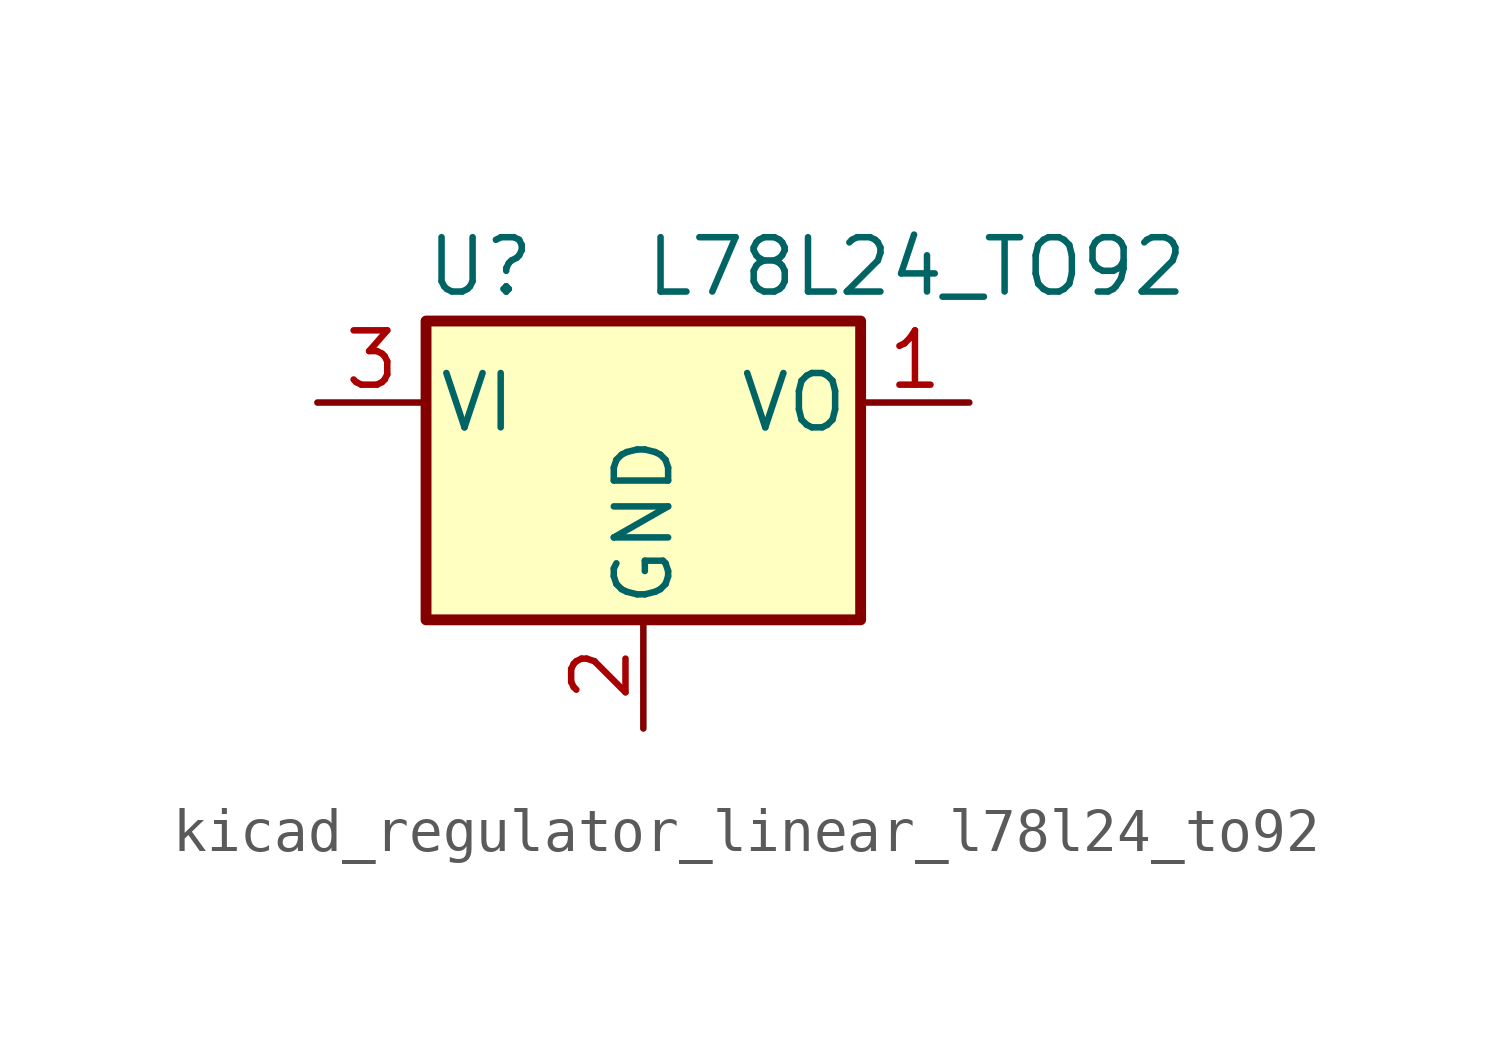
<source format=kicad_sym>
(kicad_symbol_lib
  (version 20220914)
  (generator kicad_symbol_editor)
  (symbol "kicad_regulator_linear_l78l24_to92"
    (pin_names
      (offset 0.254))
    (property "Reference" "U"
      (at -3.81 3.175 0)
      (effects (font (size 1.27 1.27))))
    (property "Value" "L78L24_TO92"
      (at 0 3.175 0)
      (effects (font (size 1.27 1.27)) (justify left)))
    (symbol "kicad_regulator_linear_l78l24_to92_0_1"
      (rectangle (start -5.08 -5.08) (end 5.08 1.905) (stroke (width 0.254) (type default)) (fill (type background))))
    (symbol "kicad_regulator_linear_l78l24_to92_1_1"
      (pin power_out line (at 7.62 0 180) (length 2.54) (name "VO" (effects (font (size 1.27 1.27)))) (number "1" (effects (font (size 1.27 1.27)))))
      (pin power_in line (at 0 -7.62 90) (length 2.54) (name "GND" (effects (font (size 1.27 1.27)))) (number "2" (effects (font (size 1.27 1.27)))))
      (pin power_in line (at -7.62 0 0) (length 2.54) (name "VI" (effects (font (size 1.27 1.27)))) (number "3" (effects (font (size 1.27 1.27))))))))
</source>
